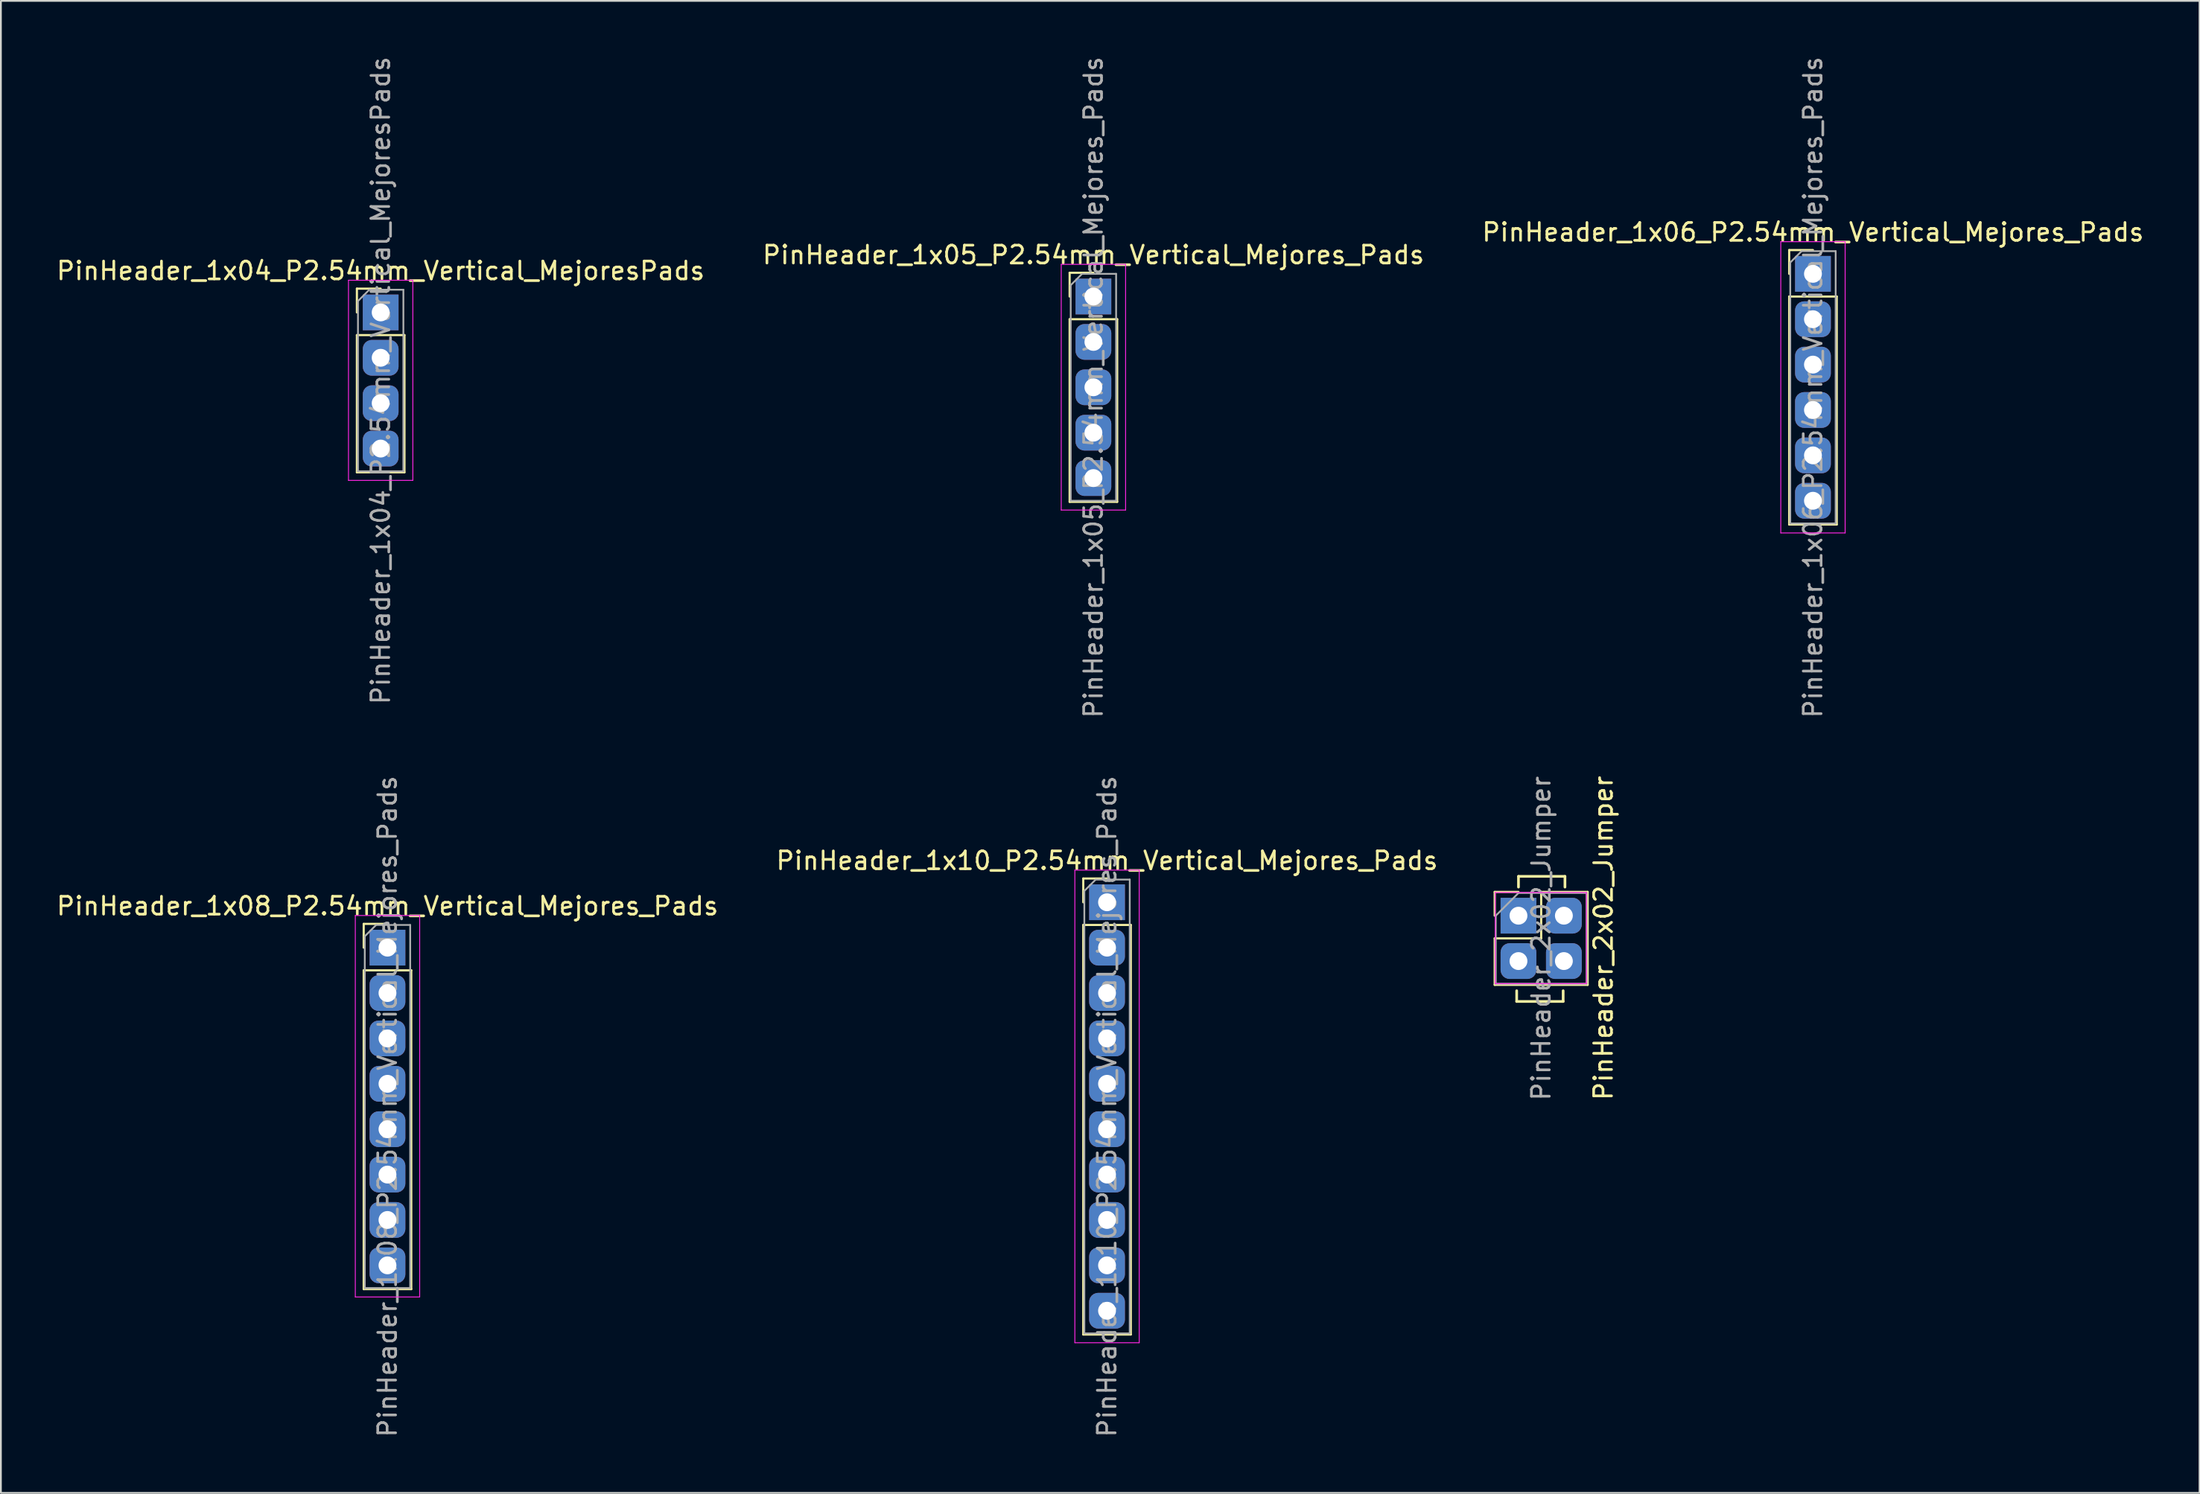
<source format=kicad_pcb>
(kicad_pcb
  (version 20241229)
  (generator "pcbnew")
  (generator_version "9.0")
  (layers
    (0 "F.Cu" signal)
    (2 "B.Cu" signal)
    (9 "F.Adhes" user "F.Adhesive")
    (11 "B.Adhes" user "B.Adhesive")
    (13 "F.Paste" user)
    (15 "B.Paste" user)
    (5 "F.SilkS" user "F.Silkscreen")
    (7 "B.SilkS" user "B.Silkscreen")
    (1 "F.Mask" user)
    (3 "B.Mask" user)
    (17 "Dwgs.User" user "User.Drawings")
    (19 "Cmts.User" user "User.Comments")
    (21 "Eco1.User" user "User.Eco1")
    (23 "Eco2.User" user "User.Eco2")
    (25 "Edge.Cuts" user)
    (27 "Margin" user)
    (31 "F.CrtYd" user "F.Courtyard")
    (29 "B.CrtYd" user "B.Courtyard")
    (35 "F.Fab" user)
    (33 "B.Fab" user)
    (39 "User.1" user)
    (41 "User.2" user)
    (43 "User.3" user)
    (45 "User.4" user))
  (footprint "PinHeader_2x02_Jumper"
    (layer "F.Cu")
    (at 81.89 48.196)
    (property "Reference" "PinHeader_2x02_Jumper" (at 4.75 1.25 90) (layer "F.SilkS") (effects (font (size 1 1) (thickness 0.15))))
    (attr through_hole)
    (fp_line (start -1.33 -1.33) (end 0 -1.33) (stroke (width 0.12) (type solid)) (layer "F.SilkS"))
    (fp_line (start -1.33 0) (end -1.33 -1.33) (stroke (width 0.12) (type solid)) (layer "F.SilkS"))
    (fp_line (start -1.33 1.27) (end -1.33 3.87) (stroke (width 0.12) (type solid)) (layer "F.SilkS"))
    (fp_line (start -1.33 1.27) (end 1.27 1.27) (stroke (width 0.12) (type solid)) (layer "F.SilkS"))
    (fp_line (start -1.33 3.87) (end 3.87 3.87) (stroke (width 0.12) (type solid)) (layer "F.SilkS"))
    (fp_line (start -0.1 4.2) (end -0.1 4.8) (stroke (width 0.15) (type solid)) (layer "F.SilkS"))
    (fp_line (start -0.1 4.8) (end 2.5 4.8) (stroke (width 0.15) (type solid)) (layer "F.SilkS"))
    (fp_line (start 0 -2.2) (end 2.6 -2.2) (stroke (width 0.15) (type solid)) (layer "F.SilkS"))
    (fp_line (start 0 -1.6) (end 0 -2.2) (stroke (width 0.15) (type solid)) (layer "F.SilkS"))
    (fp_line (start 1.27 -1.33) (end 3.87 -1.33) (stroke (width 0.12) (type solid)) (layer "F.SilkS"))
    (fp_line (start 1.27 1.27) (end 1.27 -1.33) (stroke (width 0.12) (type solid)) (layer "F.SilkS"))
    (fp_line (start 2.5 4.8) (end 2.5 4.2) (stroke (width 0.15) (type solid)) (layer "F.SilkS"))
    (fp_line (start 2.6 -2.2) (end 2.6 -1.6) (stroke (width 0.15) (type solid)) (layer "F.SilkS"))
    (fp_line (start 3.87 -1.33) (end 3.87 3.87) (stroke (width 0.12) (type solid)) (layer "F.SilkS"))
    (fp_line (start -1.3 -1.3) (end -1.3 3.8) (stroke (width 0.05) (type solid)) (layer "F.CrtYd"))
    (fp_line (start -1.3 3.8) (end 3.8 3.8) (stroke (width 0.05) (type solid)) (layer "F.CrtYd"))
    (fp_line (start 3.8 -1.3) (end -1.3 -1.3) (stroke (width 0.05) (type solid)) (layer "F.CrtYd"))
    (fp_line (start 3.8 3.8) (end 3.8 -1.3) (stroke (width 0.05) (type solid)) (layer "F.CrtYd"))
    (fp_line (start -1.27 0) (end 0 -1.27) (stroke (width 0.1) (type solid)) (layer "F.Fab"))
    (fp_line (start -1.27 3.81) (end -1.27 0) (stroke (width 0.1) (type solid)) (layer "F.Fab"))
    (fp_line (start 0 -1.27) (end 3.81 -1.27) (stroke (width 0.1) (type solid)) (layer "F.Fab"))
    (fp_line (start 3.81 -1.27) (end 3.81 3.81) (stroke (width 0.1) (type solid)) (layer "F.Fab"))
    (fp_line (start 3.81 3.81) (end -1.27 3.81) (stroke (width 0.1) (type solid)) (layer "F.Fab"))
    (fp_text user "${REFERENCE}" (at 1.27 1.27 90) (layer "F.Fab") (effects (font (size 1 1) (thickness 0.15))))
    (pad "1" thru_hole rect (at 0 0) (size 2 2) (drill 1) (layers "*.Cu" "*.Mask"))
    (pad "2" thru_hole roundrect (at 2.54 0) (size 2 2) (drill 1) (layers "*.Cu" "*.Mask") (roundrect_rratio 0.25))
    (pad "3" thru_hole roundrect (at 0 2.54) (size 2 2) (drill 1) (layers "*.Cu" "*.Mask") (roundrect_rratio 0.25))
    (pad "4" thru_hole roundrect (at 2.54 2.54) (size 2 2) (drill 1) (layers "*.Cu" "*.Mask") (roundrect_rratio 0.25)))
  (footprint "PinHeader_1x05_P2.54mm_Vertical_Mejores_Pads"
    (layer "F.Cu")
    (at 58.113 13.545)
    (property "Reference" "PinHeader_1x05_P2.54mm_Vertical_Mejores_Pads" (at 0 -2.33 0) (layer "F.SilkS") (effects (font (size 1 1) (thickness 0.15))))
    (attr through_hole)
    (fp_line (start -1.33 -1.33) (end 0 -1.33) (stroke (width 0.12) (type solid)) (layer "F.SilkS"))
    (fp_line (start -1.33 0) (end -1.33 -1.33) (stroke (width 0.12) (type solid)) (layer "F.SilkS"))
    (fp_line (start -1.33 1.27) (end -1.33 11.49) (stroke (width 0.12) (type solid)) (layer "F.SilkS"))
    (fp_line (start -1.33 1.27) (end 1.33 1.27) (stroke (width 0.12) (type solid)) (layer "F.SilkS"))
    (fp_line (start -1.33 11.49) (end 1.33 11.49) (stroke (width 0.12) (type solid)) (layer "F.SilkS"))
    (fp_line (start 1.33 1.27) (end 1.33 11.49) (stroke (width 0.12) (type solid)) (layer "F.SilkS"))
    (fp_line (start -1.8 -1.8) (end -1.8 11.95) (stroke (width 0.05) (type solid)) (layer "F.CrtYd"))
    (fp_line (start -1.8 11.95) (end 1.8 11.95) (stroke (width 0.05) (type solid)) (layer "F.CrtYd"))
    (fp_line (start 1.8 -1.8) (end -1.8 -1.8) (stroke (width 0.05) (type solid)) (layer "F.CrtYd"))
    (fp_line (start 1.8 11.95) (end 1.8 -1.8) (stroke (width 0.05) (type solid)) (layer "F.CrtYd"))
    (fp_line (start -1.27 -0.635) (end -0.635 -1.27) (stroke (width 0.1) (type solid)) (layer "F.Fab"))
    (fp_line (start -1.27 11.43) (end -1.27 -0.635) (stroke (width 0.1) (type solid)) (layer "F.Fab"))
    (fp_line (start -0.635 -1.27) (end 1.27 -1.27) (stroke (width 0.1) (type solid)) (layer "F.Fab"))
    (fp_line (start 1.27 -1.27) (end 1.27 11.43) (stroke (width 0.1) (type solid)) (layer "F.Fab"))
    (fp_line (start 1.27 11.43) (end -1.27 11.43) (stroke (width 0.1) (type solid)) (layer "F.Fab"))
    (fp_text user "${REFERENCE}" (at 0 5.08 90) (layer "F.Fab") (effects (font (size 1 1) (thickness 0.15))))
    (pad "1" thru_hole rect (at 0 0) (size 2 2) (drill 1) (layers "*.Cu" "*.Mask"))
    (pad "2" thru_hole roundrect (at 0 2.54) (size 2 2) (drill 1) (layers "*.Cu" "*.Mask") (roundrect_rratio 0.25))
    (pad "3" thru_hole roundrect (at 0 5.08) (size 2 2) (drill 1) (layers "*.Cu" "*.Mask") (roundrect_rratio 0.25))
    (pad "4" thru_hole roundrect (at 0 7.62) (size 2 2) (drill 1) (layers "*.Cu" "*.Mask") (roundrect_rratio 0.25))
    (pad "5" thru_hole roundrect (at 0 10.16) (size 2 2) (drill 1) (layers "*.Cu" "*.Mask") (roundrect_rratio 0.25)))
  (footprint "PinHeader_1x10_P2.54mm_Vertical_Mejores_Pads"
    (layer "F.Cu")
    (at 58.875 47.445)
    (property "Reference" "PinHeader_1x10_P2.54mm_Vertical_Mejores_Pads" (at 0 -2.33 0) (layer "F.SilkS") (effects (font (size 1 1) (thickness 0.15))))
    (attr through_hole)
    (fp_line (start -1.33 -1.33) (end 0 -1.33) (stroke (width 0.12) (type solid)) (layer "F.SilkS"))
    (fp_line (start -1.33 0) (end -1.33 -1.33) (stroke (width 0.12) (type solid)) (layer "F.SilkS"))
    (fp_line (start -1.33 1.27) (end -1.33 24.19) (stroke (width 0.12) (type solid)) (layer "F.SilkS"))
    (fp_line (start -1.33 1.27) (end 1.33 1.27) (stroke (width 0.12) (type solid)) (layer "F.SilkS"))
    (fp_line (start -1.33 24.19) (end 1.33 24.19) (stroke (width 0.12) (type solid)) (layer "F.SilkS"))
    (fp_line (start 1.33 1.27) (end 1.33 24.19) (stroke (width 0.12) (type solid)) (layer "F.SilkS"))
    (fp_line (start -1.8 -1.8) (end -1.8 24.65) (stroke (width 0.05) (type solid)) (layer "F.CrtYd"))
    (fp_line (start -1.8 24.65) (end 1.8 24.65) (stroke (width 0.05) (type solid)) (layer "F.CrtYd"))
    (fp_line (start 1.8 -1.8) (end -1.8 -1.8) (stroke (width 0.05) (type solid)) (layer "F.CrtYd"))
    (fp_line (start 1.8 24.65) (end 1.8 -1.8) (stroke (width 0.05) (type solid)) (layer "F.CrtYd"))
    (fp_line (start -1.27 -0.635) (end -0.635 -1.27) (stroke (width 0.1) (type solid)) (layer "F.Fab"))
    (fp_line (start -1.27 24.13) (end -1.27 -0.635) (stroke (width 0.1) (type solid)) (layer "F.Fab"))
    (fp_line (start -0.635 -1.27) (end 1.27 -1.27) (stroke (width 0.1) (type solid)) (layer "F.Fab"))
    (fp_line (start 1.27 -1.27) (end 1.27 24.13) (stroke (width 0.1) (type solid)) (layer "F.Fab"))
    (fp_line (start 1.27 24.13) (end -1.27 24.13) (stroke (width 0.1) (type solid)) (layer "F.Fab"))
    (fp_text user "${REFERENCE}" (at 0 11.43 90) (layer "F.Fab") (effects (font (size 1 1) (thickness 0.15))))
    (pad "1" thru_hole rect (at 0 0) (size 2 2) (drill 1) (layers "*.Cu" "*.Mask"))
    (pad "2" thru_hole roundrect (at 0 2.54) (size 2 2) (drill 1) (layers "*.Cu" "*.Mask") (roundrect_rratio 0.25))
    (pad "3" thru_hole roundrect (at 0 5.08) (size 2 2) (drill 1) (layers "*.Cu" "*.Mask") (roundrect_rratio 0.25))
    (pad "4" thru_hole roundrect (at 0 7.62) (size 2 2) (drill 1) (layers "*.Cu" "*.Mask") (roundrect_rratio 0.25))
    (pad "5" thru_hole roundrect (at 0 10.16) (size 2 2) (drill 1) (layers "*.Cu" "*.Mask") (roundrect_rratio 0.25))
    (pad "6" thru_hole roundrect (at 0 12.7) (size 2 2) (drill 1) (layers "*.Cu" "*.Mask") (roundrect_rratio 0.25))
    (pad "7" thru_hole roundrect (at 0 15.24) (size 2 2) (drill 1) (layers "*.Cu" "*.Mask") (roundrect_rratio 0.25))
    (pad "8" thru_hole roundrect (at 0 17.78) (size 2 2) (drill 1) (layers "*.Cu" "*.Mask") (roundrect_rratio 0.25))
    (pad "9" thru_hole roundrect (at 0 20.32) (size 2 2) (drill 1) (layers "*.Cu" "*.Mask") (roundrect_rratio 0.25))
    (pad "10" thru_hole roundrect (at 0 22.86) (size 2 2) (drill 1) (layers "*.Cu" "*.Mask") (roundrect_rratio 0.25)))
  (footprint "PinHeader_1x04_P2.54mm_Vertical_MejoresPads"
    (layer "F.Cu")
    (at 18.244 14.434)
    (property "Reference" "PinHeader_1x04_P2.54mm_Vertical_MejoresPads" (at 0 -2.33 0) (layer "F.SilkS") (effects (font (size 1 1) (thickness 0.15))))
    (attr through_hole)
    (fp_line (start -1.33 -1.33) (end 0 -1.33) (stroke (width 0.12) (type solid)) (layer "F.SilkS"))
    (fp_line (start -1.33 0) (end -1.33 -1.33) (stroke (width 0.12) (type solid)) (layer "F.SilkS"))
    (fp_line (start -1.33 1.27) (end -1.33 8.95) (stroke (width 0.12) (type solid)) (layer "F.SilkS"))
    (fp_line (start -1.33 1.27) (end 1.33 1.27) (stroke (width 0.12) (type solid)) (layer "F.SilkS"))
    (fp_line (start -1.33 8.95) (end 1.33 8.95) (stroke (width 0.12) (type solid)) (layer "F.SilkS"))
    (fp_line (start 1.33 1.27) (end 1.33 8.95) (stroke (width 0.12) (type solid)) (layer "F.SilkS"))
    (fp_line (start -1.8 -1.8) (end -1.8 9.4) (stroke (width 0.05) (type solid)) (layer "F.CrtYd"))
    (fp_line (start -1.8 9.4) (end 1.8 9.4) (stroke (width 0.05) (type solid)) (layer "F.CrtYd"))
    (fp_line (start 1.8 -1.8) (end -1.8 -1.8) (stroke (width 0.05) (type solid)) (layer "F.CrtYd"))
    (fp_line (start 1.8 9.4) (end 1.8 -1.8) (stroke (width 0.05) (type solid)) (layer "F.CrtYd"))
    (fp_line (start -1.27 -0.635) (end -0.635 -1.27) (stroke (width 0.1) (type solid)) (layer "F.Fab"))
    (fp_line (start -1.27 8.89) (end -1.27 -0.635) (stroke (width 0.1) (type solid)) (layer "F.Fab"))
    (fp_line (start -0.635 -1.27) (end 1.27 -1.27) (stroke (width 0.1) (type solid)) (layer "F.Fab"))
    (fp_line (start 1.27 -1.27) (end 1.27 8.89) (stroke (width 0.1) (type solid)) (layer "F.Fab"))
    (fp_line (start 1.27 8.89) (end -1.27 8.89) (stroke (width 0.1) (type solid)) (layer "F.Fab"))
    (fp_text user "${REFERENCE}" (at 0 3.81 90) (layer "F.Fab") (effects (font (size 1 1) (thickness 0.15))))
    (pad "1" thru_hole rect (at 0 0) (size 2 2) (drill 1) (layers "*.Cu" "*.Mask"))
    (pad "2" thru_hole roundrect (at 0 2.54) (size 2 2) (drill 1) (layers "*.Cu" "*.Mask") (roundrect_rratio 0.25))
    (pad "3" thru_hole roundrect (at 0 5.08) (size 2 2) (drill 1) (layers "*.Cu" "*.Mask") (roundrect_rratio 0.25))
    (pad "4" thru_hole roundrect (at 0 7.62) (size 2 2) (drill 1) (layers "*.Cu" "*.Mask") (roundrect_rratio 0.25)))
  (footprint "PinHeader_1x06_P2.54mm_Vertical_Mejores_Pads"
    (layer "F.Cu")
    (at 98.363 12.275)
    (property "Reference" "PinHeader_1x06_P2.54mm_Vertical_Mejores_Pads" (at 0 -2.33 0) (layer "F.SilkS") (effects (font (size 1 1) (thickness 0.15))))
    (attr through_hole)
    (fp_line (start -1.33 -1.33) (end 0 -1.33) (stroke (width 0.12) (type solid)) (layer "F.SilkS"))
    (fp_line (start -1.33 0) (end -1.33 -1.33) (stroke (width 0.12) (type solid)) (layer "F.SilkS"))
    (fp_line (start -1.33 1.27) (end -1.33 14.03) (stroke (width 0.12) (type solid)) (layer "F.SilkS"))
    (fp_line (start -1.33 1.27) (end 1.33 1.27) (stroke (width 0.12) (type solid)) (layer "F.SilkS"))
    (fp_line (start -1.33 14.03) (end 1.33 14.03) (stroke (width 0.12) (type solid)) (layer "F.SilkS"))
    (fp_line (start 1.33 1.27) (end 1.33 14.03) (stroke (width 0.12) (type solid)) (layer "F.SilkS"))
    (fp_line (start -1.8 -1.8) (end -1.8 14.5) (stroke (width 0.05) (type solid)) (layer "F.CrtYd"))
    (fp_line (start -1.8 14.5) (end 1.8 14.5) (stroke (width 0.05) (type solid)) (layer "F.CrtYd"))
    (fp_line (start 1.8 -1.8) (end -1.8 -1.8) (stroke (width 0.05) (type solid)) (layer "F.CrtYd"))
    (fp_line (start 1.8 14.5) (end 1.8 -1.8) (stroke (width 0.05) (type solid)) (layer "F.CrtYd"))
    (fp_line (start -1.27 -0.635) (end -0.635 -1.27) (stroke (width 0.1) (type solid)) (layer "F.Fab"))
    (fp_line (start -1.27 13.97) (end -1.27 -0.635) (stroke (width 0.1) (type solid)) (layer "F.Fab"))
    (fp_line (start -0.635 -1.27) (end 1.27 -1.27) (stroke (width 0.1) (type solid)) (layer "F.Fab"))
    (fp_line (start 1.27 -1.27) (end 1.27 13.97) (stroke (width 0.1) (type solid)) (layer "F.Fab"))
    (fp_line (start 1.27 13.97) (end -1.27 13.97) (stroke (width 0.1) (type solid)) (layer "F.Fab"))
    (fp_text user "${REFERENCE}" (at 0 6.35 90) (layer "F.Fab") (effects (font (size 1 1) (thickness 0.15))))
    (pad "1" thru_hole rect (at 0 0) (size 2 2) (drill 1) (layers "*.Cu" "*.Mask"))
    (pad "2" thru_hole roundrect (at 0 2.54) (size 2 2) (drill 1) (layers "*.Cu" "*.Mask") (roundrect_rratio 0.25))
    (pad "3" thru_hole roundrect (at 0 5.08) (size 2 2) (drill 1) (layers "*.Cu" "*.Mask") (roundrect_rratio 0.25))
    (pad "4" thru_hole roundrect (at 0 7.62) (size 2 2) (drill 1) (layers "*.Cu" "*.Mask") (roundrect_rratio 0.25))
    (pad "5" thru_hole roundrect (at 0 10.16) (size 2 2) (drill 1) (layers "*.Cu" "*.Mask") (roundrect_rratio 0.25))
    (pad "6" thru_hole roundrect (at 0 12.7) (size 2 2) (drill 1) (layers "*.Cu" "*.Mask") (roundrect_rratio 0.25)))
  (footprint "PinHeader_1x08_P2.54mm_Vertical_Mejores_Pads"
    (layer "F.Cu")
    (at 18.625 49.985)
    (property "Reference" "PinHeader_1x08_P2.54mm_Vertical_Mejores_Pads" (at 0 -2.33 0) (layer "F.SilkS") (effects (font (size 1 1) (thickness 0.15))))
    (attr through_hole)
    (fp_line (start -1.33 -1.33) (end 0 -1.33) (stroke (width 0.12) (type solid)) (layer "F.SilkS"))
    (fp_line (start -1.33 0) (end -1.33 -1.33) (stroke (width 0.12) (type solid)) (layer "F.SilkS"))
    (fp_line (start -1.33 1.27) (end -1.33 19.11) (stroke (width 0.12) (type solid)) (layer "F.SilkS"))
    (fp_line (start -1.33 1.27) (end 1.33 1.27) (stroke (width 0.12) (type solid)) (layer "F.SilkS"))
    (fp_line (start -1.33 19.11) (end 1.33 19.11) (stroke (width 0.12) (type solid)) (layer "F.SilkS"))
    (fp_line (start 1.33 1.27) (end 1.33 19.11) (stroke (width 0.12) (type solid)) (layer "F.SilkS"))
    (fp_line (start -1.8 -1.8) (end -1.8 19.55) (stroke (width 0.05) (type solid)) (layer "F.CrtYd"))
    (fp_line (start -1.8 19.55) (end 1.8 19.55) (stroke (width 0.05) (type solid)) (layer "F.CrtYd"))
    (fp_line (start 1.8 -1.8) (end -1.8 -1.8) (stroke (width 0.05) (type solid)) (layer "F.CrtYd"))
    (fp_line (start 1.8 19.55) (end 1.8 -1.8) (stroke (width 0.05) (type solid)) (layer "F.CrtYd"))
    (fp_line (start -1.27 -0.635) (end -0.635 -1.27) (stroke (width 0.1) (type solid)) (layer "F.Fab"))
    (fp_line (start -1.27 19.05) (end -1.27 -0.635) (stroke (width 0.1) (type solid)) (layer "F.Fab"))
    (fp_line (start -0.635 -1.27) (end 1.27 -1.27) (stroke (width 0.1) (type solid)) (layer "F.Fab"))
    (fp_line (start 1.27 -1.27) (end 1.27 19.05) (stroke (width 0.1) (type solid)) (layer "F.Fab"))
    (fp_line (start 1.27 19.05) (end -1.27 19.05) (stroke (width 0.1) (type solid)) (layer "F.Fab"))
    (fp_text user "${REFERENCE}" (at 0 8.89 90) (layer "F.Fab") (effects (font (size 1 1) (thickness 0.15))))
    (pad "1" thru_hole rect (at 0 0) (size 2 2) (drill 1) (layers "*.Cu" "*.Mask"))
    (pad "2" thru_hole roundrect (at 0 2.54) (size 2 2) (drill 1) (layers "*.Cu" "*.Mask") (roundrect_rratio 0.25))
    (pad "3" thru_hole roundrect (at 0 5.08) (size 2 2) (drill 1) (layers "*.Cu" "*.Mask") (roundrect_rratio 0.25))
    (pad "4" thru_hole roundrect (at 0 7.62) (size 2 2) (drill 1) (layers "*.Cu" "*.Mask") (roundrect_rratio 0.25))
    (pad "5" thru_hole roundrect (at 0 10.16) (size 2 2) (drill 1) (layers "*.Cu" "*.Mask") (roundrect_rratio 0.25))
    (pad "6" thru_hole roundrect (at 0 12.7) (size 2 2) (drill 1) (layers "*.Cu" "*.Mask") (roundrect_rratio 0.25))
    (pad "7" thru_hole roundrect (at 0 15.24) (size 2 2) (drill 1) (layers "*.Cu" "*.Mask") (roundrect_rratio 0.25))
    (pad "8" thru_hole roundrect (at 0 17.78) (size 2 2) (drill 1) (layers "*.Cu" "*.Mask") (roundrect_rratio 0.25)))
  (gr_rect
    (start -3 -3)
    (end 119.988 80.5)
    (stroke (width 0.1) (type default))
    (fill no)
    (layer "Edge.Cuts")))
</source>
